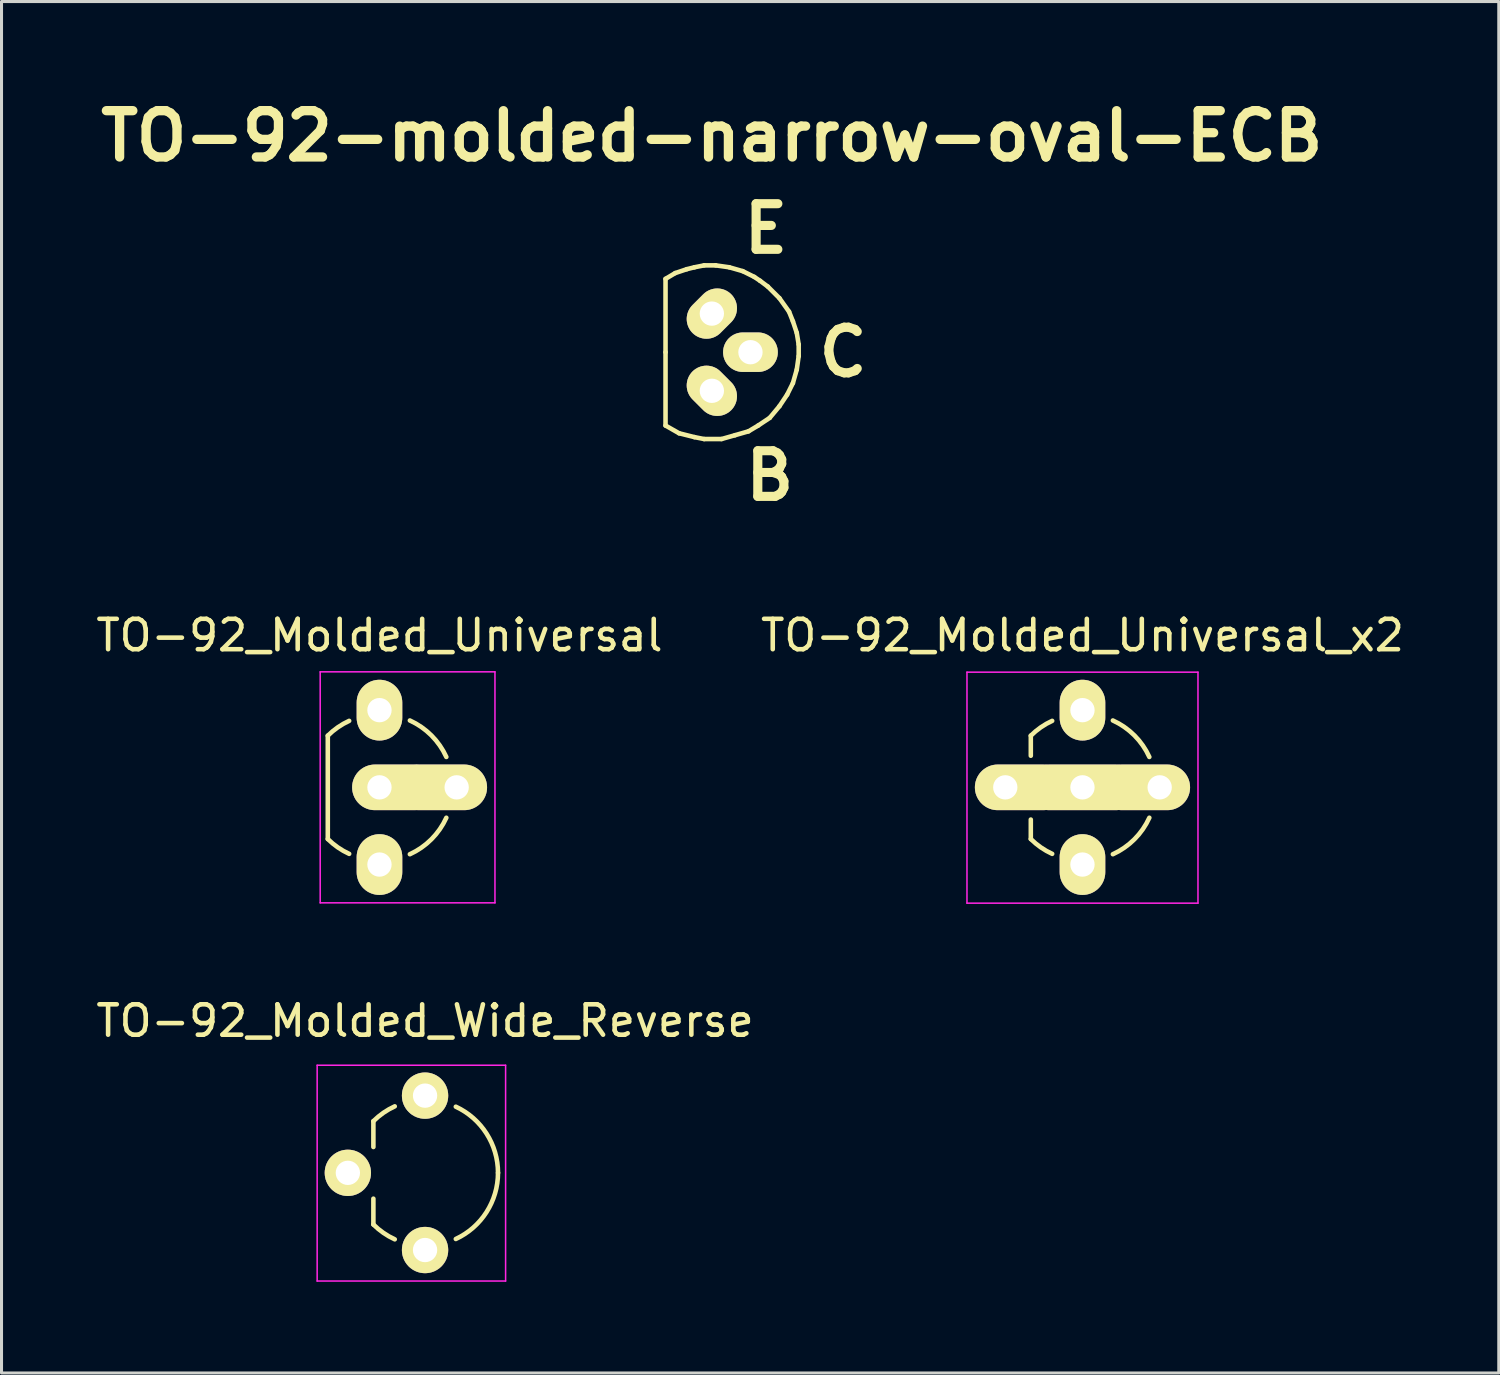
<source format=kicad_pcb>
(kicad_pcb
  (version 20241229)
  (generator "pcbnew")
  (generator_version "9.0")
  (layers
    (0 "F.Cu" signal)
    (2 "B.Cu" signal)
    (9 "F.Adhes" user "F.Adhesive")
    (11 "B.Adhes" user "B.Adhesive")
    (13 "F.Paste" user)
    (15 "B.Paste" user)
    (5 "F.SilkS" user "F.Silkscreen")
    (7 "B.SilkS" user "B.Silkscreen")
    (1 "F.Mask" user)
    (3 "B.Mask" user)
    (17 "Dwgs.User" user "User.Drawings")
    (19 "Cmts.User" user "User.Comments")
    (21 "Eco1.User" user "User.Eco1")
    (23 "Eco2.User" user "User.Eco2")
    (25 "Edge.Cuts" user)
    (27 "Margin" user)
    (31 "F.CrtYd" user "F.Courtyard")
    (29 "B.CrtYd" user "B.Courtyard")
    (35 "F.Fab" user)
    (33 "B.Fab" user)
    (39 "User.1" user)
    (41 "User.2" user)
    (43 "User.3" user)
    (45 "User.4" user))
  (footprint "TO-92-molded-narrow-oval-ECB"
    (layer "F.Cu")
    (at 20.371 8.538)
    (property "Reference" "TO-92-molded-narrow-oval-ECB" (at 0 -7.112 0) (layer "F.SilkS") (effects (font (size 1.524 1.524) (thickness 0.305))))
    (attr through_hole)
    (fp_line (start -1.524 -2.413) (end -1.206 -2.603) (stroke (width 0.15) (type solid)) (layer "F.SilkS"))
    (fp_line (start -1.524 0) (end -1.524 -2.413) (stroke (width 0.15) (type solid)) (layer "F.SilkS"))
    (fp_line (start -1.524 0) (end -1.524 2.413) (stroke (width 0.15) (type solid)) (layer "F.SilkS"))
    (fp_line (start -1.206 -2.603) (end -0.826 -2.731) (stroke (width 0.15) (type solid)) (layer "F.SilkS"))
    (fp_line (start -1.079 2.667) (end -1.524 2.413) (stroke (width 0.15) (type solid)) (layer "F.SilkS"))
    (fp_line (start -0.826 -2.731) (end -0.572 -2.794) (stroke (width 0.15) (type solid)) (layer "F.SilkS"))
    (fp_line (start -0.572 -2.794) (end -0.254 -2.857) (stroke (width 0.15) (type solid)) (layer "F.SilkS"))
    (fp_line (start -0.572 2.794) (end -1.079 2.667) (stroke (width 0.15) (type solid)) (layer "F.SilkS"))
    (fp_line (start -0.254 -2.857) (end 0.127 -2.857) (stroke (width 0.15) (type solid)) (layer "F.SilkS"))
    (fp_line (start -0.254 2.857) (end -0.572 2.794) (stroke (width 0.15) (type solid)) (layer "F.SilkS"))
    (fp_line (start 0.127 -2.857) (end 0.572 -2.794) (stroke (width 0.15) (type solid)) (layer "F.SilkS"))
    (fp_line (start 0.318 2.857) (end -0.254 2.857) (stroke (width 0.15) (type solid)) (layer "F.SilkS"))
    (fp_line (start 0.572 -2.794) (end 1.016 -2.667) (stroke (width 0.15) (type solid)) (layer "F.SilkS"))
    (fp_line (start 0.762 2.731) (end 0.318 2.857) (stroke (width 0.15) (type solid)) (layer "F.SilkS"))
    (fp_line (start 1.016 -2.667) (end 1.397 -2.477) (stroke (width 0.15) (type solid)) (layer "F.SilkS"))
    (fp_line (start 1.206 2.603) (end 0.762 2.731) (stroke (width 0.15) (type solid)) (layer "F.SilkS"))
    (fp_line (start 1.397 -2.477) (end 1.587 -2.349) (stroke (width 0.15) (type solid)) (layer "F.SilkS"))
    (fp_line (start 1.524 2.413) (end 1.206 2.603) (stroke (width 0.15) (type solid)) (layer "F.SilkS"))
    (fp_line (start 1.587 -2.349) (end 1.841 -2.159) (stroke (width 0.15) (type solid)) (layer "F.SilkS"))
    (fp_line (start 1.841 -2.159) (end 2.223 -1.778) (stroke (width 0.15) (type solid)) (layer "F.SilkS"))
    (fp_line (start 1.905 2.159) (end 1.524 2.413) (stroke (width 0.15) (type solid)) (layer "F.SilkS"))
    (fp_line (start 2.223 -1.778) (end 2.54 -1.333) (stroke (width 0.15) (type solid)) (layer "F.SilkS"))
    (fp_line (start 2.223 1.778) (end 1.905 2.159) (stroke (width 0.15) (type solid)) (layer "F.SilkS"))
    (fp_line (start 2.477 1.397) (end 2.223 1.778) (stroke (width 0.15) (type solid)) (layer "F.SilkS"))
    (fp_line (start 2.54 -1.333) (end 2.667 -1.016) (stroke (width 0.15) (type solid)) (layer "F.SilkS"))
    (fp_line (start 2.667 -1.016) (end 2.794 -0.635) (stroke (width 0.15) (type solid)) (layer "F.SilkS"))
    (fp_line (start 2.667 1.016) (end 2.477 1.397) (stroke (width 0.15) (type solid)) (layer "F.SilkS"))
    (fp_line (start 2.794 -0.635) (end 2.857 -0.254) (stroke (width 0.15) (type solid)) (layer "F.SilkS"))
    (fp_line (start 2.794 0.572) (end 2.667 1.016) (stroke (width 0.15) (type solid)) (layer "F.SilkS"))
    (fp_line (start 2.857 -0.254) (end 2.857 0.127) (stroke (width 0.15) (type solid)) (layer "F.SilkS"))
    (fp_line (start 2.857 0.127) (end 2.794 0.572) (stroke (width 0.15) (type solid)) (layer "F.SilkS"))
    (fp_text user "C" (at 4.318 0 0) (layer "F.SilkS") (effects (font (size 1.501 1.501) (thickness 0.3))))
    (fp_text user "E" (at 1.778 -4.064 0) (layer "F.SilkS") (effects (font (size 1.501 1.501) (thickness 0.3))))
    (fp_text user "B" (at 1.905 4.064 0) (layer "F.SilkS") (effects (font (size 1.501 1.501) (thickness 0.3))))
    (pad "B" thru_hole oval (at 0 1.27 315) (size 1.801 1.3) (drill 0.8) (layers "*.Cu" "*.Mask" "F.SilkS"))
    (pad "C" thru_hole oval (at 1.27 0) (size 1.801 1.3) (drill 0.8) (layers "*.Cu" "*.Mask" "F.SilkS"))
    (pad "E" thru_hole oval (at 0 -1.27 315) (size 1.3 1.801) (drill 0.8) (layers "*.Cu" "*.Mask" "F.SilkS")))
  (footprint "TO-92_Molded_Wide_Reverse"
    (layer "F.Cu")
    (at 10.935 32.998)
    (property "Reference" "TO-92_Molded_Wide_Reverse" (at 0 -2.46 0) (layer "F.SilkS") (effects (font (size 1 1) (thickness 0.15))))
    (attr through_hole)
    (fp_line (start -1.7 0.84) (end -1.7 1.69) (stroke (width 0.15) (type solid)) (layer "F.SilkS"))
    (fp_line (start -1.7 3.39) (end -1.7 4.24) (stroke (width 0.15) (type solid)) (layer "F.SilkS"))
    (fp_arc (start -1.7 0.84) (mid -1.370365 0.564627) (end -0.99699 0.352305) (stroke (width 0.15) (type solid)) (layer "F.SilkS"))
    (fp_arc (start -0.99699 4.727695) (mid -1.370365 4.515373) (end -1.7 4.24) (stroke (width 0.15) (type solid)) (layer "F.SilkS"))
    (fp_arc (start 1.012153 0.363869) (mid 2.023508 1.24949) (end 2.4 2.54) (stroke (width 0.15) (type solid)) (layer "F.SilkS"))
    (fp_arc (start 2.4 2.54) (mid 2.023508 3.83051) (end 1.012153 4.716131) (stroke (width 0.15) (type solid)) (layer "F.SilkS"))
    (fp_line (start -3.55 -1) (end -3.55 6.1) (stroke (width 0.05) (type solid)) (layer "F.CrtYd"))
    (fp_line (start -3.55 -1) (end 2.65 -1) (stroke (width 0.05) (type solid)) (layer "F.CrtYd"))
    (fp_line (start -3.55 6.1) (end 2.65 6.1) (stroke (width 0.05) (type solid)) (layer "F.CrtYd"))
    (fp_line (start 2.65 -1) (end 2.65 6.1) (stroke (width 0.05) (type solid)) (layer "F.CrtYd"))
    (pad "1" thru_hole circle (at 0 0) (size 1.524 1.524) (drill 0.8) (layers "*.Cu" "*.Mask" "F.SilkS"))
    (pad "2" thru_hole circle (at -2.54 2.54) (size 1.524 1.524) (drill 0.8) (layers "*.Cu" "*.Mask" "F.SilkS"))
    (pad "3" thru_hole circle (at 0 5.08) (size 1.524 1.524) (drill 0.8) (layers "*.Cu" "*.Mask" "F.SilkS")))
  (footprint "TO-92_Molded_Universal"
    (layer "F.Cu")
    (at 9.435 20.315)
    (property "Reference" "TO-92_Molded_Universal" (at 0 -2.46 0) (layer "F.SilkS") (effects (font (size 1 1) (thickness 0.15))))
    (attr through_hole)
    (fp_line (start -1.7 0.84) (end -1.7 4.24) (stroke (width 0.15) (type solid)) (layer "F.SilkS"))
    (fp_arc (start -1.7 0.84) (mid -1.370365 0.564627) (end -0.99699 0.352305) (stroke (width 0.15) (type solid)) (layer "F.SilkS"))
    (fp_arc (start -0.99699 4.727695) (mid -1.370365 4.515373) (end -1.7 4.24) (stroke (width 0.15) (type solid)) (layer "F.SilkS"))
    (fp_arc (start 1 0.34) (mid 1.708801 0.831199) (end 2.2 1.54) (stroke (width 0.15) (type solid)) (layer "F.SilkS"))
    (fp_arc (start 2.2 3.54) (mid 1.708801 4.248801) (end 1 4.74) (stroke (width 0.15) (type solid)) (layer "F.SilkS"))
    (fp_line (start -1.95 -1.26) (end -1.95 6.34) (stroke (width 0.05) (type solid)) (layer "F.CrtYd"))
    (fp_line (start -1.95 -1.26) (end 3.8 -1.26) (stroke (width 0.05) (type solid)) (layer "F.CrtYd"))
    (fp_line (start -1.95 6.34) (end 3.8 6.34) (stroke (width 0.05) (type solid)) (layer "F.CrtYd"))
    (fp_line (start 3.8 -1.26) (end 3.8 6.34) (stroke (width 0.05) (type solid)) (layer "F.CrtYd"))
    (pad "1" thru_hole oval (at 0 0) (size 1.501 1.999) (drill 0.8) (layers "*.Cu" "*.Mask" "F.SilkS"))
    (pad "2" thru_hole oval (at 0 2.54) (size 2.8 1.501) (drill 0.8 (offset 0.5 0)) (layers "*.Cu" "*.Mask" "F.SilkS"))
    (pad "2" thru_hole oval (at 2.54 2.54) (size 3 1.501) (drill 0.8 (offset -0.5 0)) (layers "*.Cu" "*.Mask" "F.SilkS"))
    (pad "3" thru_hole oval (at 0 5.08) (size 1.501 1.999) (drill 0.8) (layers "*.Cu" "*.Mask" "F.SilkS")))
  (footprint "TO-92_Molded_Universal_x2"
    (layer "F.Cu")
    (at 32.565 20.315)
    (property "Reference" "TO-92_Molded_Universal_x2" (at 0 -2.46 0) (layer "F.SilkS") (effects (font (size 1 1) (thickness 0.15))))
    (attr through_hole)
    (fp_line (start -1.7 0.84) (end -1.7 1.5) (stroke (width 0.15) (type solid)) (layer "F.SilkS"))
    (fp_line (start -1.7 3.6) (end -1.7 4.24) (stroke (width 0.15) (type solid)) (layer "F.SilkS"))
    (fp_arc (start -1.7 0.84) (mid -1.370365 0.564627) (end -0.99699 0.352305) (stroke (width 0.15) (type solid)) (layer "F.SilkS"))
    (fp_arc (start -0.99699 4.727695) (mid -1.370365 4.515373) (end -1.7 4.24) (stroke (width 0.15) (type solid)) (layer "F.SilkS"))
    (fp_arc (start 1 0.34) (mid 1.708801 0.831199) (end 2.2 1.54) (stroke (width 0.15) (type solid)) (layer "F.SilkS"))
    (fp_arc (start 2.2 3.54) (mid 1.708801 4.248801) (end 1 4.74) (stroke (width 0.15) (type solid)) (layer "F.SilkS"))
    (fp_line (start -3.8 -1.25) (end -3.8 6.35) (stroke (width 0.05) (type solid)) (layer "F.CrtYd"))
    (fp_line (start -3.8 -1.25) (end 3.8 -1.25) (stroke (width 0.05) (type solid)) (layer "F.CrtYd"))
    (fp_line (start -3.8 6.35) (end 3.8 6.35) (stroke (width 0.05) (type solid)) (layer "F.CrtYd"))
    (fp_line (start 3.8 -1.25) (end 3.8 6.35) (stroke (width 0.05) (type solid)) (layer "F.CrtYd"))
    (pad "1" thru_hole oval (at 0 0) (size 1.501 1.999) (drill 0.8) (layers "*.Cu" "*.Mask" "F.SilkS"))
    (pad "2" thru_hole oval (at -2.54 2.54) (size 3 1.501) (drill 0.8 (offset 0.5 0)) (layers "*.Cu" "*.Mask" "F.SilkS"))
    (pad "2" thru_hole oval (at 0 2.54) (size 3.7 1.501) (drill 0.8) (layers "*.Cu" "*.Mask" "F.SilkS"))
    (pad "2" thru_hole oval (at 2.54 2.54) (size 3 1.501) (drill 0.8 (offset -0.5 0)) (layers "*.Cu" "*.Mask" "F.SilkS"))
    (pad "3" thru_hole oval (at 0 5.08) (size 1.501 1.999) (drill 0.8) (layers "*.Cu" "*.Mask" "F.SilkS")))
  (gr_rect
    (start -3 -3)
    (end 46.262 42.123)
    (stroke (width 0.1) (type default))
    (fill no)
    (layer "Edge.Cuts")))
</source>
